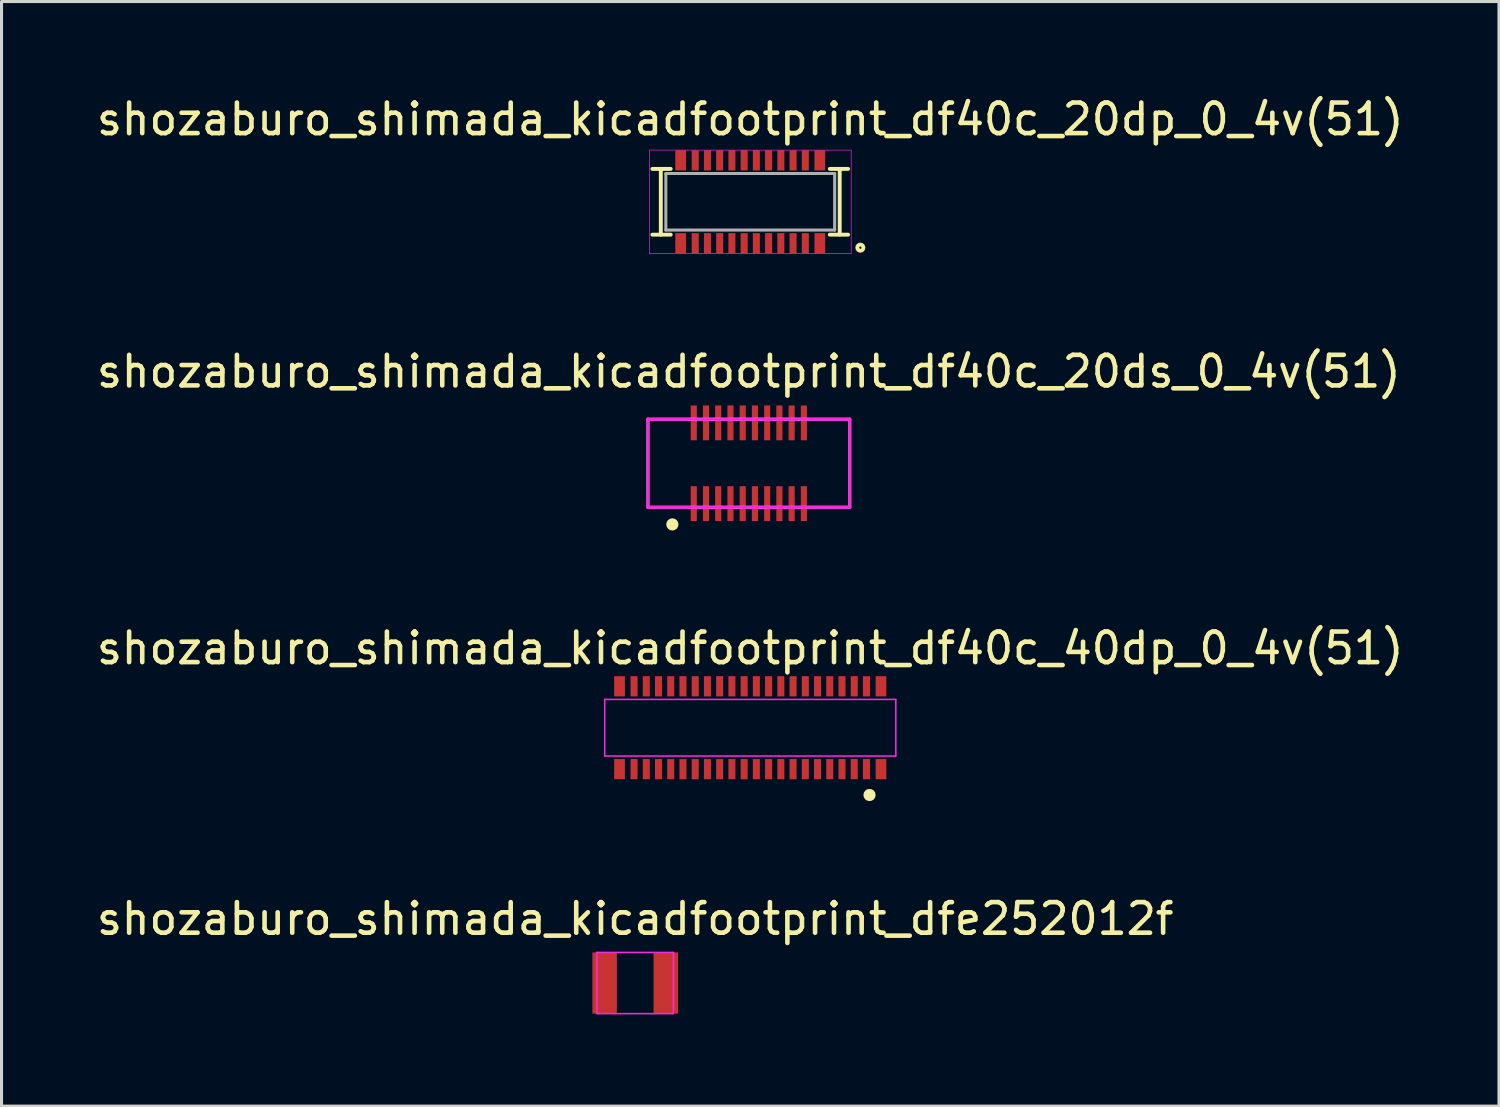
<source format=kicad_pcb>
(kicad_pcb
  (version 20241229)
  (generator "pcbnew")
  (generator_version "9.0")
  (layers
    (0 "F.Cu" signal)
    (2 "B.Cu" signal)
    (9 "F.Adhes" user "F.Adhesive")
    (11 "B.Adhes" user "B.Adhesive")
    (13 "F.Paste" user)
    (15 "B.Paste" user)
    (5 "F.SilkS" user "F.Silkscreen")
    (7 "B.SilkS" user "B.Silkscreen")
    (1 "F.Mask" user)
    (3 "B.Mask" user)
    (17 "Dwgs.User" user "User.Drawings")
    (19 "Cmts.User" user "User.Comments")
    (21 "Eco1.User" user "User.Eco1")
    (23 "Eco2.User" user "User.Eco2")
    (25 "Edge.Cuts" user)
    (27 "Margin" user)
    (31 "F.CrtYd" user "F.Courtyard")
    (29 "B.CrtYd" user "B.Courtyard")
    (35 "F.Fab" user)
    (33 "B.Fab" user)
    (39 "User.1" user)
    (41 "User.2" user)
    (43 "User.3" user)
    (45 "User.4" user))
  (footprint "shozaburo_shimada_kicadfootprint_df40c_20dp_0_4v(51)"
    (layer "F.Cu")
    (at 21.482 3.548)
    (property "Reference" "shozaburo_shimada_kicadfootprint_df40c_20dp_0_4v(51)" (at 0 -2.7 0) (layer "F.SilkS") (effects (font (size 1 1) (thickness 0.15))))
    (attr smd)
    (fp_line (start -2.925 1.075) (end -2.925 -1.075) (stroke (width 0.127) (type solid)) (layer "F.SilkS"))
    (fp_line (start -2.6 -1.075) (end -3.2 -1.075) (stroke (width 0.127) (type solid)) (layer "F.SilkS"))
    (fp_line (start -2.6 1.075) (end -3.2 1.075) (stroke (width 0.127) (type solid)) (layer "F.SilkS"))
    (fp_line (start 2.6 -1.075) (end 3.2 -1.075) (stroke (width 0.127) (type solid)) (layer "F.SilkS"))
    (fp_line (start 2.6 1.075) (end 3.2 1.075) (stroke (width 0.127) (type solid)) (layer "F.SilkS"))
    (fp_line (start 2.925 -1.075) (end 2.925 1.075) (stroke (width 0.127) (type solid)) (layer "F.SilkS"))
    (fp_circle (center 3.6 1.5) (end 3.6 1.6) (stroke (width 0.127) (type solid)) (fill no) (layer "F.SilkS"))
    (fp_line (start -3.3 -1.69) (end 3.3 -1.69) (stroke (width 0.02) (type solid)) (layer "F.CrtYd"))
    (fp_line (start -3.3 1.69) (end -3.3 -1.69) (stroke (width 0.02) (type solid)) (layer "F.CrtYd"))
    (fp_line (start 3.3 -1.69) (end 3.3 1.69) (stroke (width 0.02) (type solid)) (layer "F.CrtYd"))
    (fp_line (start 3.3 1.69) (end -3.3 1.69) (stroke (width 0.02) (type solid)) (layer "F.CrtYd"))
    (fp_line (start -2.76 -0.925) (end 2.76 -0.925) (stroke (width 0.1) (type solid)) (layer "F.Fab"))
    (fp_line (start -2.76 0.925) (end -2.76 -0.925) (stroke (width 0.1) (type solid)) (layer "F.Fab"))
    (fp_line (start 2.76 -0.925) (end 2.76 0.925) (stroke (width 0.1) (type solid)) (layer "F.Fab"))
    (fp_line (start 2.76 0.925) (end -2.76 0.925) (stroke (width 0.1) (type solid)) (layer "F.Fab"))
    (pad "1" smd rect (at 1.8 1.355) (size 0.23 0.66) (layers "F.Cu" "F.Mask" "F.Paste"))
    (pad "2" smd rect (at 1.8 -1.355) (size 0.23 0.66) (layers "F.Cu" "F.Mask" "F.Paste"))
    (pad "3" smd rect (at 1.4 1.355) (size 0.23 0.66) (layers "F.Cu" "F.Mask" "F.Paste"))
    (pad "4" smd rect (at 1.4 -1.355) (size 0.23 0.66) (layers "F.Cu" "F.Mask" "F.Paste"))
    (pad "5" smd rect (at 1 1.355) (size 0.23 0.66) (layers "F.Cu" "F.Mask" "F.Paste"))
    (pad "6" smd rect (at 1 -1.355) (size 0.23 0.66) (layers "F.Cu" "F.Mask" "F.Paste"))
    (pad "7" smd rect (at 0.6 1.355) (size 0.23 0.66) (layers "F.Cu" "F.Mask" "F.Paste"))
    (pad "8" smd rect (at 0.6 -1.355) (size 0.23 0.66) (layers "F.Cu" "F.Mask" "F.Paste"))
    (pad "9" smd rect (at 0.2 1.355) (size 0.23 0.66) (layers "F.Cu" "F.Mask" "F.Paste"))
    (pad "10" smd rect (at 0.2 -1.355) (size 0.23 0.66) (layers "F.Cu" "F.Mask" "F.Paste"))
    (pad "11" smd rect (at -0.2 1.355) (size 0.23 0.66) (layers "F.Cu" "F.Mask" "F.Paste"))
    (pad "12" smd rect (at -0.2 -1.355) (size 0.23 0.66) (layers "F.Cu" "F.Mask" "F.Paste"))
    (pad "13" smd rect (at -0.6 1.355) (size 0.23 0.66) (layers "F.Cu" "F.Mask" "F.Paste"))
    (pad "14" smd rect (at -0.6 -1.355) (size 0.23 0.66) (layers "F.Cu" "F.Mask" "F.Paste"))
    (pad "15" smd rect (at -1 1.355) (size 0.23 0.66) (layers "F.Cu" "F.Mask" "F.Paste"))
    (pad "16" smd rect (at -1 -1.355) (size 0.23 0.66) (layers "F.Cu" "F.Mask" "F.Paste"))
    (pad "17" smd rect (at -1.4 1.355) (size 0.23 0.66) (layers "F.Cu" "F.Mask" "F.Paste"))
    (pad "18" smd rect (at -1.4 -1.355) (size 0.23 0.66) (layers "F.Cu" "F.Mask" "F.Paste"))
    (pad "19" smd rect (at -1.8 1.355) (size 0.23 0.66) (layers "F.Cu" "F.Mask" "F.Paste"))
    (pad "20" smd rect (at -1.8 -1.355) (size 0.23 0.66) (layers "F.Cu" "F.Mask" "F.Paste"))
    (pad "A1" smd rect (at 2.275 1.355) (size 0.35 0.66) (layers "F.Cu" "F.Mask" "F.Paste"))
    (pad "A2" smd rect (at -2.275 1.355) (size 0.35 0.66) (layers "F.Cu" "F.Mask" "F.Paste"))
    (pad "B1" smd rect (at 2.275 -1.355) (size 0.35 0.66) (layers "F.Cu" "F.Mask" "F.Paste"))
    (pad "B2" smd rect (at -2.275 -1.355) (size 0.35 0.66) (layers "F.Cu" "F.Mask" "F.Paste")))
  (footprint "shozaburo_shimada_kicadfootprint_df40c_40dp_0_4v(51)"
    (layer "F.Cu")
    (at 21.482 20.745)
    (property "Reference" "shozaburo_shimada_kicadfootprint_df40c_40dp_0_4v(51)" (at 0 -2.6 0) (layer "F.SilkS") (effects (font (size 1 1) (thickness 0.15))))
    (attr smd)
    (fp_circle (center 3.9 2.2) (end 3.9 2.3) (stroke (width 0.2) (type solid)) (fill no) (layer "F.SilkS"))
    (fp_line (start -4.76 -0.925) (end 4.76 -0.925) (stroke (width 0.05) (type solid)) (layer "F.CrtYd"))
    (fp_line (start -4.76 0.925) (end -4.76 -0.925) (stroke (width 0.05) (type solid)) (layer "F.CrtYd"))
    (fp_line (start 4.76 -0.925) (end 4.76 0.925) (stroke (width 0.05) (type solid)) (layer "F.CrtYd"))
    (fp_line (start 4.76 0.925) (end -4.76 0.925) (stroke (width 0.05) (type solid)) (layer "F.CrtYd"))
    (pad "" smd rect (at -4.275 -1.355) (size 0.35 0.66) (layers "F.Cu" "F.Mask" "F.Paste"))
    (pad "" smd rect (at -4.275 1.355) (size 0.35 0.66) (layers "F.Cu" "F.Mask" "F.Paste"))
    (pad "" smd rect (at 4.275 -1.355) (size 0.35 0.66) (layers "F.Cu" "F.Mask" "F.Paste"))
    (pad "" smd rect (at 4.275 1.355) (size 0.35 0.66) (layers "F.Cu" "F.Mask" "F.Paste"))
    (pad "1" smd rect (at 3.8 1.355) (size 0.23 0.66) (layers "F.Cu" "F.Mask" "F.Paste"))
    (pad "2" smd rect (at 3.8 -1.355) (size 0.23 0.66) (layers "F.Cu" "F.Mask" "F.Paste"))
    (pad "3" smd rect (at 3.4 1.355) (size 0.23 0.66) (layers "F.Cu" "F.Mask" "F.Paste"))
    (pad "4" smd rect (at 3.4 -1.355) (size 0.23 0.66) (layers "F.Cu" "F.Mask" "F.Paste"))
    (pad "5" smd rect (at 3 1.355) (size 0.23 0.66) (layers "F.Cu" "F.Mask" "F.Paste"))
    (pad "6" smd rect (at 3 -1.355) (size 0.23 0.66) (layers "F.Cu" "F.Mask" "F.Paste"))
    (pad "7" smd rect (at 2.6 1.355) (size 0.23 0.66) (layers "F.Cu" "F.Mask" "F.Paste"))
    (pad "8" smd rect (at 2.6 -1.355) (size 0.23 0.66) (layers "F.Cu" "F.Mask" "F.Paste"))
    (pad "9" smd rect (at 2.2 1.355) (size 0.23 0.66) (layers "F.Cu" "F.Mask" "F.Paste"))
    (pad "10" smd rect (at 2.2 -1.355) (size 0.23 0.66) (layers "F.Cu" "F.Mask" "F.Paste"))
    (pad "11" smd rect (at 1.8 1.355) (size 0.23 0.66) (layers "F.Cu" "F.Mask" "F.Paste"))
    (pad "12" smd rect (at 1.8 -1.355) (size 0.23 0.66) (layers "F.Cu" "F.Mask" "F.Paste"))
    (pad "13" smd rect (at 1.4 1.355) (size 0.23 0.66) (layers "F.Cu" "F.Mask" "F.Paste"))
    (pad "14" smd rect (at 1.4 -1.355) (size 0.23 0.66) (layers "F.Cu" "F.Mask" "F.Paste"))
    (pad "15" smd rect (at 1 1.355) (size 0.23 0.66) (layers "F.Cu" "F.Mask" "F.Paste"))
    (pad "16" smd rect (at 1 -1.355) (size 0.23 0.66) (layers "F.Cu" "F.Mask" "F.Paste"))
    (pad "17" smd rect (at 0.6 1.355) (size 0.23 0.66) (layers "F.Cu" "F.Mask" "F.Paste"))
    (pad "18" smd rect (at 0.6 -1.355) (size 0.23 0.66) (layers "F.Cu" "F.Mask" "F.Paste"))
    (pad "19" smd rect (at 0.2 1.355) (size 0.23 0.66) (layers "F.Cu" "F.Mask" "F.Paste"))
    (pad "20" smd rect (at 0.2 -1.355) (size 0.23 0.66) (layers "F.Cu" "F.Mask" "F.Paste"))
    (pad "21" smd rect (at -0.2 1.355) (size 0.23 0.66) (layers "F.Cu" "F.Mask" "F.Paste"))
    (pad "22" smd rect (at -0.2 -1.355) (size 0.23 0.66) (layers "F.Cu" "F.Mask" "F.Paste"))
    (pad "23" smd rect (at -0.6 1.355) (size 0.23 0.66) (layers "F.Cu" "F.Mask" "F.Paste"))
    (pad "24" smd rect (at -0.6 -1.355) (size 0.23 0.66) (layers "F.Cu" "F.Mask" "F.Paste"))
    (pad "25" smd rect (at -1 1.355) (size 0.23 0.66) (layers "F.Cu" "F.Mask" "F.Paste"))
    (pad "26" smd rect (at -1 -1.355) (size 0.23 0.66) (layers "F.Cu" "F.Mask" "F.Paste"))
    (pad "27" smd rect (at -1.4 1.355) (size 0.23 0.66) (layers "F.Cu" "F.Mask" "F.Paste"))
    (pad "28" smd rect (at -1.4 -1.355) (size 0.23 0.66) (layers "F.Cu" "F.Mask" "F.Paste"))
    (pad "29" smd rect (at -1.8 1.355) (size 0.23 0.66) (layers "F.Cu" "F.Mask" "F.Paste"))
    (pad "30" smd rect (at -1.8 -1.355) (size 0.23 0.66) (layers "F.Cu" "F.Mask" "F.Paste"))
    (pad "31" smd rect (at -2.2 1.355) (size 0.23 0.66) (layers "F.Cu" "F.Mask" "F.Paste"))
    (pad "32" smd rect (at -2.2 -1.355) (size 0.23 0.66) (layers "F.Cu" "F.Mask" "F.Paste"))
    (pad "33" smd rect (at -2.6 1.355) (size 0.23 0.66) (layers "F.Cu" "F.Mask" "F.Paste"))
    (pad "34" smd rect (at -2.6 -1.355) (size 0.23 0.66) (layers "F.Cu" "F.Mask" "F.Paste"))
    (pad "35" smd rect (at -3 1.355) (size 0.23 0.66) (layers "F.Cu" "F.Mask" "F.Paste"))
    (pad "36" smd rect (at -3 -1.355) (size 0.23 0.66) (layers "F.Cu" "F.Mask" "F.Paste"))
    (pad "37" smd rect (at -3.4 1.355) (size 0.23 0.66) (layers "F.Cu" "F.Mask" "F.Paste"))
    (pad "38" smd rect (at -3.4 -1.355) (size 0.23 0.66) (layers "F.Cu" "F.Mask" "F.Paste"))
    (pad "39" smd rect (at -3.8 1.355) (size 0.23 0.66) (layers "F.Cu" "F.Mask" "F.Paste"))
    (pad "40" smd rect (at -3.8 -1.355) (size 0.23 0.66) (layers "F.Cu" "F.Mask" "F.Paste")))
  (footprint "shozaburo_shimada_kicadfootprint_df40c_20ds_0_4v(51)"
    (layer "F.Cu")
    (at 21.435 12.097)
    (property "Reference" "shozaburo_shimada_kicadfootprint_df40c_20ds_0_4v(51)" (at 0 -3 0) (layer "F.SilkS") (effects (font (size 1 1) (thickness 0.15))))
    (attr smd)
    (fp_circle (center -2.5 2) (end -2.4 2) (stroke (width 0.2) (type solid)) (fill no) (layer "F.SilkS"))
    (fp_line (start -3.3 -1.44) (end 3.3 -1.44) (stroke (width 0.1) (type solid)) (layer "F.CrtYd"))
    (fp_line (start -3.3 1.44) (end -3.3 -1.44) (stroke (width 0.1) (type solid)) (layer "F.CrtYd"))
    (fp_line (start 3.3 -1.44) (end 3.3 1.44) (stroke (width 0.1) (type solid)) (layer "F.CrtYd"))
    (fp_line (start 3.3 1.44) (end -3.3 1.44) (stroke (width 0.1) (type solid)) (layer "F.CrtYd"))
    (fp_line (start -3.3 -1.44) (end 3.3 -1.44) (stroke (width 0.1) (type solid)) (layer "F.Fab"))
    (fp_line (start -3.3 1.44) (end -3.3 -1.44) (stroke (width 0.1) (type solid)) (layer "F.Fab"))
    (fp_line (start 3.3 -1.44) (end 3.3 1.44) (stroke (width 0.1) (type solid)) (layer "F.Fab"))
    (fp_line (start 3.3 1.44) (end -3.3 1.44) (stroke (width 0.1) (type solid)) (layer "F.Fab"))
    (pad "1" smd rect (at -1.8 1.32) (size 0.2 1.14) (layers "F.Cu" "F.Mask" "F.Paste"))
    (pad "2" smd rect (at -1.8 -1.32) (size 0.2 1.14) (layers "F.Cu" "F.Mask" "F.Paste"))
    (pad "3" smd rect (at -1.4 1.32) (size 0.2 1.14) (layers "F.Cu" "F.Mask" "F.Paste"))
    (pad "4" smd rect (at -1.4 -1.32) (size 0.2 1.14) (layers "F.Cu" "F.Mask" "F.Paste"))
    (pad "5" smd rect (at -1 1.32) (size 0.2 1.14) (layers "F.Cu" "F.Mask" "F.Paste"))
    (pad "6" smd rect (at -1 -1.32) (size 0.2 1.14) (layers "F.Cu" "F.Mask" "F.Paste"))
    (pad "7" smd rect (at -0.6 1.32) (size 0.2 1.14) (layers "F.Cu" "F.Mask" "F.Paste"))
    (pad "8" smd rect (at -0.6 -1.32) (size 0.2 1.14) (layers "F.Cu" "F.Mask" "F.Paste"))
    (pad "9" smd rect (at -0.2 1.32) (size 0.2 1.14) (layers "F.Cu" "F.Mask" "F.Paste"))
    (pad "10" smd rect (at -0.2 -1.32) (size 0.2 1.14) (layers "F.Cu" "F.Mask" "F.Paste"))
    (pad "11" smd rect (at 0.2 1.32) (size 0.2 1.14) (layers "F.Cu" "F.Mask" "F.Paste"))
    (pad "12" smd rect (at 0.2 -1.32) (size 0.2 1.14) (layers "F.Cu" "F.Mask" "F.Paste"))
    (pad "13" smd rect (at 0.6 1.32) (size 0.2 1.14) (layers "F.Cu" "F.Mask" "F.Paste"))
    (pad "14" smd rect (at 0.6 -1.32) (size 0.2 1.14) (layers "F.Cu" "F.Mask" "F.Paste"))
    (pad "15" smd rect (at 1 1.32) (size 0.2 1.14) (layers "F.Cu" "F.Mask" "F.Paste"))
    (pad "16" smd rect (at 1 -1.32) (size 0.2 1.14) (layers "F.Cu" "F.Mask" "F.Paste"))
    (pad "17" smd rect (at 1.4 1.32) (size 0.2 1.14) (layers "F.Cu" "F.Mask" "F.Paste"))
    (pad "18" smd rect (at 1.4 -1.32) (size 0.2 1.14) (layers "F.Cu" "F.Mask" "F.Paste"))
    (pad "19" smd rect (at 1.8 1.32) (size 0.2 1.14) (layers "F.Cu" "F.Mask" "F.Paste"))
    (pad "20" smd rect (at 1.8 -1.32) (size 0.2 1.14) (layers "F.Cu" "F.Mask" "F.Paste")))
  (footprint "shozaburo_shimada_kicadfootprint_dfe252012f"
    (layer "F.Cu")
    (at 17.72 29.093)
    (property "Reference" "shozaburo_shimada_kicadfootprint_dfe252012f" (at 0 -2.1 0) (layer "F.SilkS") (effects (font (size 1 1) (thickness 0.15))))
    (attr smd)
    (fp_line (start -1.25 -1) (end 1.25 -1) (stroke (width 0.05) (type solid)) (layer "F.CrtYd"))
    (fp_line (start -1.25 1) (end -1.25 -1) (stroke (width 0.05) (type solid)) (layer "F.CrtYd"))
    (fp_line (start 1.25 -1) (end 1.25 1) (stroke (width 0.05) (type solid)) (layer "F.CrtYd"))
    (fp_line (start 1.25 1) (end -1.25 1) (stroke (width 0.05) (type solid)) (layer "F.CrtYd"))
    (pad "1" smd rect (at -1 0) (size 0.8 2) (layers "F.Cu" "F.Mask" "F.Paste"))
    (pad "2" smd rect (at 1 0) (size 0.8 2) (layers "F.Cu" "F.Mask" "F.Paste")))
  (gr_rect
    (start -3 -3)
    (end 45.964 33.118)
    (stroke (width 0.1) (type default))
    (fill no)
    (layer "Edge.Cuts")))
</source>
